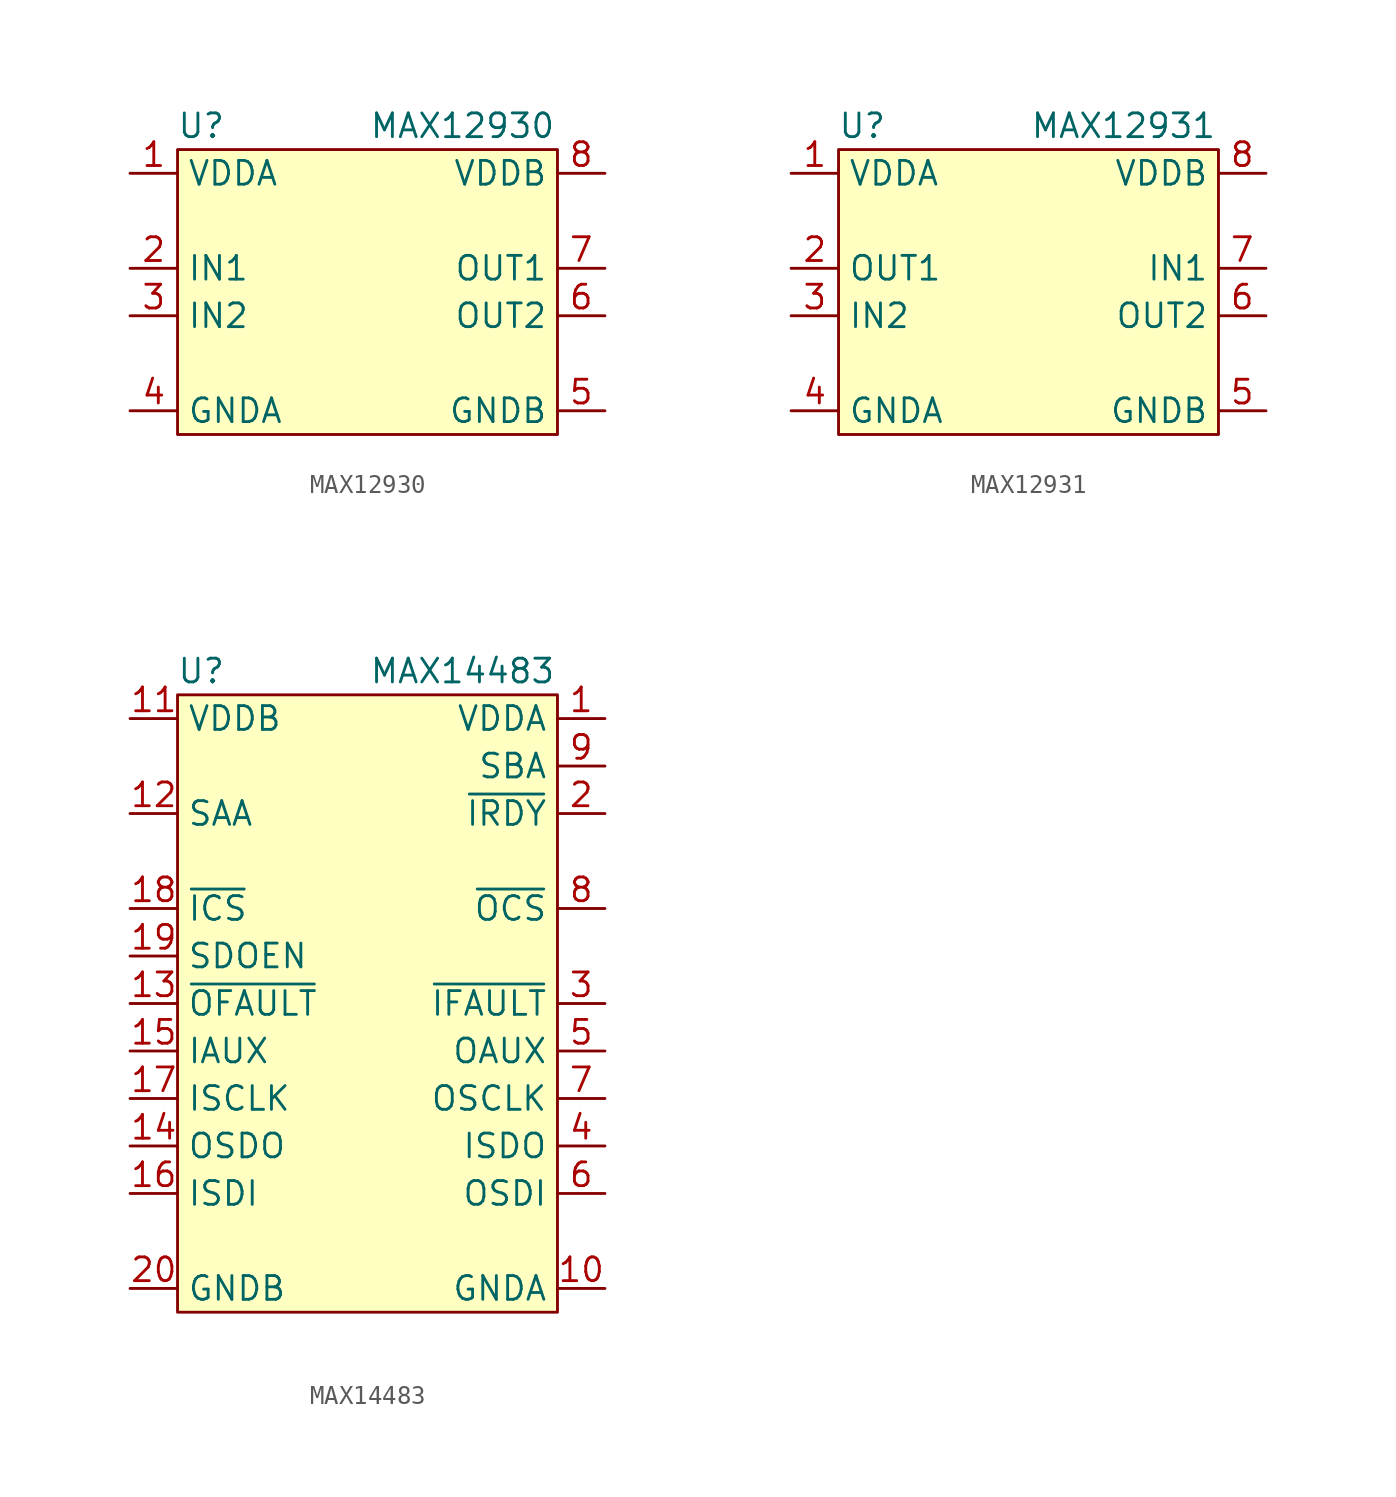
<source format=kicad_sym>
(kicad_symbol_lib
  (version 20210619)
  (generator kicad_symbol_editor)
  (symbol "MAX12930"
    (property "Reference" "U"
      (at -8.89 8.89 0)
      (effects (font (size 1.27 1.27))))
    (property "Value" "MAX12930"
      (at 5.08 8.89 0)
      (effects (font (size 1.27 1.27))))
    (symbol "MAX12930_0_0"
      (pin power_in line (at -12.7 6.35 0) (length 2.54) (name "VDDA" (effects (font (size 1.27 1.27)))) (number "1" (effects (font (size 1.27 1.27)))))
      (pin input line (at -12.7 1.27 0) (length 2.54) (name "IN1" (effects (font (size 1.27 1.27)))) (number "2" (effects (font (size 1.27 1.27)))))
      (pin input line (at -12.7 -1.27 0) (length 2.54) (name "IN2" (effects (font (size 1.27 1.27)))) (number "3" (effects (font (size 1.27 1.27)))))
      (pin power_in line (at -12.7 -6.35 0) (length 2.54) (name "GNDA" (effects (font (size 1.27 1.27)))) (number "4" (effects (font (size 1.27 1.27)))))
      (pin power_in line (at 12.7 -6.35 180) (length 2.54) (name "GNDB" (effects (font (size 1.27 1.27)))) (number "5" (effects (font (size 1.27 1.27)))))
      (pin output line (at 12.7 -1.27 180) (length 2.54) (name "OUT2" (effects (font (size 1.27 1.27)))) (number "6" (effects (font (size 1.27 1.27)))))
      (pin output line (at 12.7 1.27 180) (length 2.54) (name "OUT1" (effects (font (size 1.27 1.27)))) (number "7" (effects (font (size 1.27 1.27)))))
      (pin power_in line (at 12.7 6.35 180) (length 2.54) (name "VDDB" (effects (font (size 1.27 1.27)))) (number "8" (effects (font (size 1.27 1.27))))))
    (symbol "MAX12930_0_1"
      (rectangle (start -10.16 7.62) (end 10.16 -7.62) (stroke (width 0)) (fill (type background)))))
  (symbol "MAX12931"
    (property "Reference" "U"
      (at -8.89 8.89 0)
      (effects (font (size 1.27 1.27))))
    (property "Value" "MAX12931"
      (at 5.08 8.89 0)
      (effects (font (size 1.27 1.27))))
    (symbol "MAX12931_0_0"
      (pin power_in line (at -12.7 6.35 0) (length 2.54) (name "VDDA" (effects (font (size 1.27 1.27)))) (number "1" (effects (font (size 1.27 1.27)))))
      (pin input line (at -12.7 1.27 0) (length 2.54) (name "OUT1" (effects (font (size 1.27 1.27)))) (number "2" (effects (font (size 1.27 1.27)))))
      (pin output line (at -12.7 -1.27 0) (length 2.54) (name "IN2" (effects (font (size 1.27 1.27)))) (number "3" (effects (font (size 1.27 1.27)))))
      (pin power_in line (at -12.7 -6.35 0) (length 2.54) (name "GNDA" (effects (font (size 1.27 1.27)))) (number "4" (effects (font (size 1.27 1.27)))))
      (pin power_in line (at 12.7 -6.35 180) (length 2.54) (name "GNDB" (effects (font (size 1.27 1.27)))) (number "5" (effects (font (size 1.27 1.27)))))
      (pin input line (at 12.7 -1.27 180) (length 2.54) (name "OUT2" (effects (font (size 1.27 1.27)))) (number "6" (effects (font (size 1.27 1.27)))))
      (pin output line (at 12.7 1.27 180) (length 2.54) (name "IN1" (effects (font (size 1.27 1.27)))) (number "7" (effects (font (size 1.27 1.27)))))
      (pin power_in line (at 12.7 6.35 180) (length 2.54) (name "VDDB" (effects (font (size 1.27 1.27)))) (number "8" (effects (font (size 1.27 1.27))))))
    (symbol "MAX12931_0_1"
      (rectangle (start -10.16 7.62) (end 10.16 -7.62) (stroke (width 0)) (fill (type background)))))
  (symbol "MAX14483"
    (property "Reference" "U"
      (at -8.89 17.78 0)
      (effects (font (size 1.27 1.27))))
    (property "Value" "MAX14483"
      (at 5.08 17.78 0)
      (effects (font (size 1.27 1.27))))
    (symbol "MAX14483_0_0"
      (pin power_in line (at 12.7 15.24 180) (length 2.54) (name "VDDA" (effects (font (size 1.27 1.27)))) (number "1" (effects (font (size 1.27 1.27)))))
      (pin power_in line (at 12.7 -15.24 180) (length 2.54) (name "GNDA" (effects (font (size 1.27 1.27)))) (number "10" (effects (font (size 1.27 1.27)))))
      (pin power_in line (at -12.7 15.24 0) (length 2.54) (name "VDDB" (effects (font (size 1.27 1.27)))) (number "11" (effects (font (size 1.27 1.27)))))
      (pin output line (at -12.7 10.16 0) (length 2.54) (name "SAA" (effects (font (size 1.27 1.27)))) (number "12" (effects (font (size 1.27 1.27)))))
      (pin output line (at -12.7 0 0) (length 2.54) (name "~{OFAULT}" (effects (font (size 1.27 1.27)))) (number "13" (effects (font (size 1.27 1.27)))))
      (pin output line (at -12.7 -7.62 0) (length 2.54) (name "OSDO" (effects (font (size 1.27 1.27)))) (number "14" (effects (font (size 1.27 1.27)))))
      (pin input line (at -12.7 -2.54 0) (length 2.54) (name "IAUX" (effects (font (size 1.27 1.27)))) (number "15" (effects (font (size 1.27 1.27)))))
      (pin input line (at -12.7 -10.16 0) (length 2.54) (name "ISDI" (effects (font (size 1.27 1.27)))) (number "16" (effects (font (size 1.27 1.27)))))
      (pin input line (at -12.7 -5.08 0) (length 2.54) (name "ISCLK" (effects (font (size 1.27 1.27)))) (number "17" (effects (font (size 1.27 1.27)))))
      (pin input line (at -12.7 5.08 0) (length 2.54) (name "~{ICS}" (effects (font (size 1.27 1.27)))) (number "18" (effects (font (size 1.27 1.27)))))
      (pin input line (at -12.7 2.54 0) (length 2.54) (name "SDOEN" (effects (font (size 1.27 1.27)))) (number "19" (effects (font (size 1.27 1.27)))))
      (pin input line (at 12.7 10.16 180) (length 2.54) (name "~{IRDY}" (effects (font (size 1.27 1.27)))) (number "2" (effects (font (size 1.27 1.27)))))
      (pin power_in line (at -12.7 -15.24 0) (length 2.54) (name "GNDB" (effects (font (size 1.27 1.27)))) (number "20" (effects (font (size 1.27 1.27)))))
      (pin input line (at 12.7 0 180) (length 2.54) (name "~{IFAULT}" (effects (font (size 1.27 1.27)))) (number "3" (effects (font (size 1.27 1.27)))))
      (pin input line (at 12.7 -7.62 180) (length 2.54) (name "ISDO" (effects (font (size 1.27 1.27)))) (number "4" (effects (font (size 1.27 1.27)))))
      (pin output line (at 12.7 -2.54 180) (length 2.54) (name "OAUX" (effects (font (size 1.27 1.27)))) (number "5" (effects (font (size 1.27 1.27)))))
      (pin output line (at 12.7 -10.16 180) (length 2.54) (name "OSDI" (effects (font (size 1.27 1.27)))) (number "6" (effects (font (size 1.27 1.27)))))
      (pin output line (at 12.7 -5.08 180) (length 2.54) (name "OSCLK" (effects (font (size 1.27 1.27)))) (number "7" (effects (font (size 1.27 1.27)))))
      (pin output line (at 12.7 5.08 180) (length 2.54) (name "~{OCS}" (effects (font (size 1.27 1.27)))) (number "8" (effects (font (size 1.27 1.27)))))
      (pin output line (at 12.7 12.7 180) (length 2.54) (name "SBA" (effects (font (size 1.27 1.27)))) (number "9" (effects (font (size 1.27 1.27))))))
    (symbol "MAX14483_0_1"
      (rectangle (start -10.16 16.51) (end 10.16 -16.51) (stroke (width 0)) (fill (type background))))))
</source>
